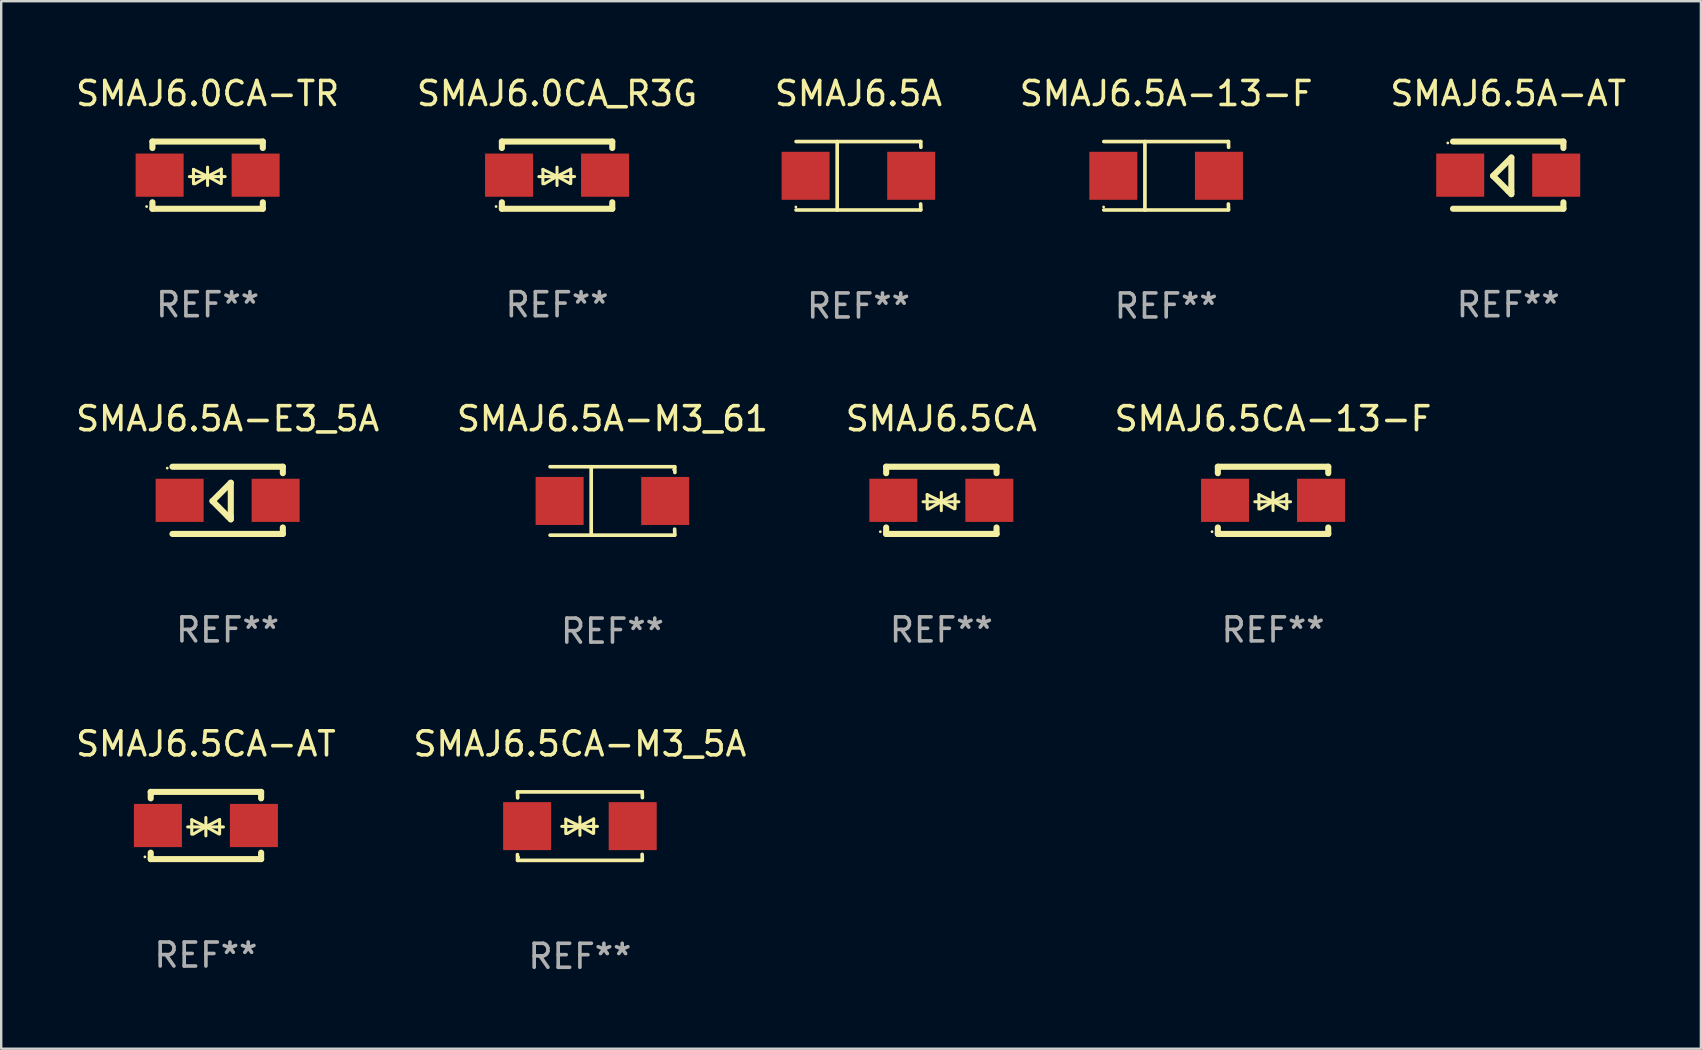
<source format=kicad_pcb>
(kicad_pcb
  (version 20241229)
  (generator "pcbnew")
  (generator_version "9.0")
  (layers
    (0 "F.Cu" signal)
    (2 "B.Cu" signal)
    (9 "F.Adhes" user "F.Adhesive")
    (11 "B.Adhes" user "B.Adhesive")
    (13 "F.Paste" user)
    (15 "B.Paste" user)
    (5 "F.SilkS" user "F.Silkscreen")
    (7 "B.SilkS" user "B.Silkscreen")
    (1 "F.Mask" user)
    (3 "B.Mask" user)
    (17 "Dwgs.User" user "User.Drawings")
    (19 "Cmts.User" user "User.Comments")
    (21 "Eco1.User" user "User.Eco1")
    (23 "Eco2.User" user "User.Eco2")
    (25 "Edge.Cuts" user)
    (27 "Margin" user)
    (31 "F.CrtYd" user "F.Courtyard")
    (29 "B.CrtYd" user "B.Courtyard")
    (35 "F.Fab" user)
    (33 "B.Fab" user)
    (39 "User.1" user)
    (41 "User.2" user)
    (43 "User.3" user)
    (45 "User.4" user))
  (footprint "SMAJ6.5A-AT"
    (layer "F.Cu")
    (at 59.792 4.248)
    (property "Reference" "SMAJ6.5A-AT" (at 0 -3.4 0) (layer "F.SilkS") (effects (font (size 1 1) (thickness 0.15))))
    (attr through_hole)
    (fp_line (start -2.3 -1.4) (end 2.3 -1.4) (stroke (width 0.254) (type solid)) (layer "F.SilkS"))
    (fp_line (start -2.3 1.4) (end 2.3 1.4) (stroke (width 0.254) (type solid)) (layer "F.SilkS"))
    (fp_line (start -0.631 0.03) (end 0.131 -0.732) (stroke (width 0.254) (type solid)) (layer "F.SilkS"))
    (fp_line (start 0.004 0.665) (end -0.631 0.03) (stroke (width 0.254) (type solid)) (layer "F.SilkS"))
    (fp_line (start 0.131 -0.732) (end 0.131 0.665) (stroke (width 0.254) (type solid)) (layer "F.SilkS"))
    (fp_line (start 0.131 0.665) (end 0.131 0.792) (stroke (width 0.254) (type solid)) (layer "F.SilkS"))
    (fp_line (start 0.131 0.792) (end 0.004 0.665) (stroke (width 0.254) (type solid)) (layer "F.SilkS"))
    (fp_line (start 2.3 -1.4) (end 2.3 -1.131) (stroke (width 0.254) (type solid)) (layer "F.SilkS"))
    (fp_line (start 2.3 1.131) (end 2.3 1.4) (stroke (width 0.254) (type solid)) (layer "F.SilkS"))
    (fp_circle (center -2.517 -1.342) (end -2.487 -1.342) (stroke (width 0.06) (type solid)) (fill no) (layer "F.SilkS"))
    (fp_text user "REF**" (at 0 5.4 0) (layer "F.Fab") (effects (font (size 1 1) (thickness 0.15))))
    (pad "1" smd rect (at -2 -0.000127) (size 2 1.8) (layers "F.Cu" "F.Mask" "F.Paste"))
    (pad "2" smd rect (at 2 -0.000127) (size 2 1.8) (layers "F.Cu" "F.Mask" "F.Paste")))
  (footprint "SMAJ6.5A"
    (layer "F.Cu")
    (at 32.72 4.274)
    (property "Reference" "SMAJ6.5A" (at 0 -3.426 0) (layer "F.SilkS") (effects (font (size 1 1) (thickness 0.15))))
    (attr through_hole)
    (fp_line (start -2.6 -1.426) (end 2.593 -1.426) (stroke (width 0.152) (type solid)) (layer "F.SilkS"))
    (fp_line (start -2.6 1.426) (end 2.593 1.426) (stroke (width 0.152) (type solid)) (layer "F.SilkS"))
    (fp_line (start -0.887 -1.426) (end -0.887 1.426) (stroke (width 0.152) (type solid)) (layer "F.SilkS"))
    (fp_line (start 2.59 1.176) (end 2.597 1.415) (stroke (width 0.152) (type solid)) (layer "F.SilkS"))
    (fp_line (start 2.593 -1.426) (end 2.6 -1.187) (stroke (width 0.152) (type solid)) (layer "F.SilkS"))
    (fp_circle (center -2.608 1.3) (end -2.578 1.3) (stroke (width 0.06) (type solid)) (fill no) (layer "F.SilkS"))
    (fp_text user "REF**" (at 0 5.426 0) (layer "F.Fab") (effects (font (size 1 1) (thickness 0.15))))
    (pad "1" smd rect (at -2.203 0 180) (size 2 2) (layers "F.Cu" "F.Mask" "F.Paste"))
    (pad "2" smd rect (at 2.197 0 180) (size 2 2) (layers "F.Cu" "F.Mask" "F.Paste")))
  (footprint "SMAJ6.5A-E3_5A"
    (layer "F.Cu")
    (at 6.435 17.797)
    (property "Reference" "SMAJ6.5A-E3_5A" (at 0 -3.4 0) (layer "F.SilkS") (effects (font (size 1 1) (thickness 0.15))))
    (attr through_hole)
    (fp_line (start -2.3 -1.4) (end 2.3 -1.4) (stroke (width 0.254) (type solid)) (layer "F.SilkS"))
    (fp_line (start -2.3 1.4) (end 2.3 1.4) (stroke (width 0.254) (type solid)) (layer "F.SilkS"))
    (fp_line (start -0.631 0.03) (end 0.131 -0.732) (stroke (width 0.254) (type solid)) (layer "F.SilkS"))
    (fp_line (start 0.004 0.665) (end -0.631 0.03) (stroke (width 0.254) (type solid)) (layer "F.SilkS"))
    (fp_line (start 0.131 -0.732) (end 0.131 0.665) (stroke (width 0.254) (type solid)) (layer "F.SilkS"))
    (fp_line (start 0.131 0.665) (end 0.131 0.792) (stroke (width 0.254) (type solid)) (layer "F.SilkS"))
    (fp_line (start 0.131 0.792) (end 0.004 0.665) (stroke (width 0.254) (type solid)) (layer "F.SilkS"))
    (fp_line (start 2.3 -1.4) (end 2.3 -1.131) (stroke (width 0.254) (type solid)) (layer "F.SilkS"))
    (fp_line (start 2.3 1.131) (end 2.3 1.4) (stroke (width 0.254) (type solid)) (layer "F.SilkS"))
    (fp_circle (center -2.517 -1.342) (end -2.487 -1.342) (stroke (width 0.06) (type solid)) (fill no) (layer "F.SilkS"))
    (fp_text user "REF**" (at 0 5.4 0) (layer "F.Fab") (effects (font (size 1 1) (thickness 0.15))))
    (pad "1" smd rect (at -2 -0.000127) (size 2 1.8) (layers "F.Cu" "F.Mask" "F.Paste"))
    (pad "2" smd rect (at 2 -0.000127) (size 2 1.8) (layers "F.Cu" "F.Mask" "F.Paste")))
  (footprint "SMAJ6.0CA_R3G"
    (layer "F.Cu")
    (at 20.161 4.248)
    (property "Reference" "SMAJ6.0CA_R3G" (at 0 -3.4 0) (layer "F.SilkS") (effects (font (size 1 1) (thickness 0.15))))
    (attr through_hole)
    (fp_line (start -2.3 -1.4) (end -2.3 -1.131) (stroke (width 0.254) (type solid)) (layer "F.SilkS"))
    (fp_line (start -2.3 -1.4) (end 2.3 -1.4) (stroke (width 0.254) (type solid)) (layer "F.SilkS"))
    (fp_line (start -2.3 1.131) (end -2.3 1.4) (stroke (width 0.254) (type solid)) (layer "F.SilkS"))
    (fp_line (start -2.3 1.4) (end 2.3 1.4) (stroke (width 0.254) (type solid)) (layer "F.SilkS"))
    (fp_line (start -0.76 0.06) (end 0.73 0.06) (stroke (width 0.127) (type solid)) (layer "F.SilkS"))
    (fp_line (start -0.59 -0.24) (end -0.59 0.36) (stroke (width 0.127) (type solid)) (layer "F.SilkS"))
    (fp_line (start -0.59 -0.24) (end -0.002 0.049) (stroke (width 0.127) (type solid)) (layer "F.SilkS"))
    (fp_line (start -0.53 0.36) (end -0.002 0.049) (stroke (width 0.127) (type solid)) (layer "F.SilkS"))
    (fp_line (start -0.002 0.049) (end -0.002 -0.332) (stroke (width 0.127) (type solid)) (layer "F.SilkS"))
    (fp_line (start -0.002 0.049) (end -0.002 0.43) (stroke (width 0.127) (type solid)) (layer "F.SilkS"))
    (fp_line (start 0.54 0.35) (end -0.002 0.049) (stroke (width 0.127) (type solid)) (layer "F.SilkS"))
    (fp_line (start 0.57 -0.25) (end -0.002 0.049) (stroke (width 0.127) (type solid)) (layer "F.SilkS"))
    (fp_line (start 0.57 -0.25) (end 0.57 0.35) (stroke (width 0.127) (type solid)) (layer "F.SilkS"))
    (fp_line (start 2.3 -1.4) (end 2.3 -1.131) (stroke (width 0.254) (type solid)) (layer "F.SilkS"))
    (fp_line (start 2.3 1.131) (end 2.3 1.4) (stroke (width 0.254) (type solid)) (layer "F.SilkS"))
    (fp_circle (center -2.542 1.308) (end -2.512 1.308) (stroke (width 0.06) (type solid)) (fill no) (layer "F.SilkS"))
    (fp_text user "REF**" (at 0 5.4 0) (layer "F.Fab") (effects (font (size 1 1) (thickness 0.15))))
    (pad "1" smd rect (at -2 0) (size 2 1.8) (layers "F.Cu" "F.Mask" "F.Paste"))
    (pad "2" smd rect (at 2 0) (size 2 1.8) (layers "F.Cu" "F.Mask" "F.Paste")))
  (footprint "SMAJ6.5CA-AT"
    (layer "F.Cu")
    (at 5.53 31.346)
    (property "Reference" "SMAJ6.5CA-AT" (at 0 -3.4 0) (layer "F.SilkS") (effects (font (size 1 1) (thickness 0.15))))
    (attr through_hole)
    (fp_line (start -2.3 -1.4) (end -2.3 -1.131) (stroke (width 0.254) (type solid)) (layer "F.SilkS"))
    (fp_line (start -2.3 -1.4) (end 2.3 -1.4) (stroke (width 0.254) (type solid)) (layer "F.SilkS"))
    (fp_line (start -2.3 1.131) (end -2.3 1.4) (stroke (width 0.254) (type solid)) (layer "F.SilkS"))
    (fp_line (start -2.3 1.4) (end 2.3 1.4) (stroke (width 0.254) (type solid)) (layer "F.SilkS"))
    (fp_line (start -0.76 0.06) (end 0.73 0.06) (stroke (width 0.127) (type solid)) (layer "F.SilkS"))
    (fp_line (start -0.59 -0.24) (end -0.59 0.36) (stroke (width 0.127) (type solid)) (layer "F.SilkS"))
    (fp_line (start -0.59 -0.24) (end -0.002 0.049) (stroke (width 0.127) (type solid)) (layer "F.SilkS"))
    (fp_line (start -0.53 0.36) (end -0.002 0.049) (stroke (width 0.127) (type solid)) (layer "F.SilkS"))
    (fp_line (start -0.002 0.049) (end -0.002 -0.332) (stroke (width 0.127) (type solid)) (layer "F.SilkS"))
    (fp_line (start -0.002 0.049) (end -0.002 0.43) (stroke (width 0.127) (type solid)) (layer "F.SilkS"))
    (fp_line (start 0.54 0.35) (end -0.002 0.049) (stroke (width 0.127) (type solid)) (layer "F.SilkS"))
    (fp_line (start 0.57 -0.25) (end -0.002 0.049) (stroke (width 0.127) (type solid)) (layer "F.SilkS"))
    (fp_line (start 0.57 -0.25) (end 0.57 0.35) (stroke (width 0.127) (type solid)) (layer "F.SilkS"))
    (fp_line (start 2.3 -1.4) (end 2.3 -1.131) (stroke (width 0.254) (type solid)) (layer "F.SilkS"))
    (fp_line (start 2.3 1.131) (end 2.3 1.4) (stroke (width 0.254) (type solid)) (layer "F.SilkS"))
    (fp_circle (center -2.542 1.308) (end -2.512 1.308) (stroke (width 0.06) (type solid)) (fill no) (layer "F.SilkS"))
    (fp_text user "REF**" (at 0 5.4 0) (layer "F.Fab") (effects (font (size 1 1) (thickness 0.15))))
    (pad "1" smd rect (at -2 0) (size 2 1.8) (layers "F.Cu" "F.Mask" "F.Paste"))
    (pad "2" smd rect (at 2 0) (size 2 1.8) (layers "F.Cu" "F.Mask" "F.Paste")))
  (footprint "SMAJ6.5CA-M3_5A"
    (layer "F.Cu")
    (at 21.113 31.372)
    (property "Reference" "SMAJ6.5CA-M3_5A" (at 0 -3.426 0) (layer "F.SilkS") (effects (font (size 1 1) (thickness 0.15))))
    (attr through_hole)
    (fp_line (start -2.596 -1.426) (end 2.596 -1.426) (stroke (width 0.152) (type solid)) (layer "F.SilkS"))
    (fp_line (start -2.596 1.426) (end -2.603 1.187) (stroke (width 0.152) (type solid)) (layer "F.SilkS"))
    (fp_line (start -2.596 1.426) (end 2.596 1.426) (stroke (width 0.152) (type solid)) (layer "F.SilkS"))
    (fp_line (start -2.593 -1.176) (end -2.6 -1.415) (stroke (width 0.152) (type solid)) (layer "F.SilkS"))
    (fp_line (start -0.758 0.011) (end 0.732 0.011) (stroke (width 0.127) (type solid)) (layer "F.SilkS"))
    (fp_line (start -0.588 -0.289) (end -0.588 0.311) (stroke (width 0.127) (type solid)) (layer "F.SilkS"))
    (fp_line (start -0.588 -0.289) (end 0 0) (stroke (width 0.127) (type solid)) (layer "F.SilkS"))
    (fp_line (start -0.528 0.311) (end 0 0) (stroke (width 0.127) (type solid)) (layer "F.SilkS"))
    (fp_line (start 0 0) (end 0 -0.381) (stroke (width 0.127) (type solid)) (layer "F.SilkS"))
    (fp_line (start 0 0) (end 0 0.381) (stroke (width 0.127) (type solid)) (layer "F.SilkS"))
    (fp_line (start 0.542 0.301) (end 0 0) (stroke (width 0.127) (type solid)) (layer "F.SilkS"))
    (fp_line (start 0.572 -0.299) (end 0 0) (stroke (width 0.127) (type solid)) (layer "F.SilkS"))
    (fp_line (start 0.572 -0.299) (end 0.572 0.301) (stroke (width 0.127) (type solid)) (layer "F.SilkS"))
    (fp_line (start 2.593 1.176) (end 2.6 1.415) (stroke (width 0.152) (type solid)) (layer "F.SilkS"))
    (fp_line (start 2.596 -1.426) (end 2.603 -1.187) (stroke (width 0.152) (type solid)) (layer "F.SilkS"))
    (fp_circle (center -2.55 1.3) (end -2.52 1.3) (stroke (width 0.06) (type solid)) (fill no) (layer "F.SilkS"))
    (fp_text user "REF**" (at 0 5.426 0) (layer "F.Fab") (effects (font (size 1 1) (thickness 0.15))))
    (pad "1" smd rect (at -2.2 0 180) (size 2 2) (layers "F.Cu" "F.Mask" "F.Paste"))
    (pad "2" smd rect (at 2.2 0 180) (size 2 2) (layers "F.Cu" "F.Mask" "F.Paste")))
  (footprint "SMAJ6.5CA-13-F"
    (layer "F.Cu")
    (at 49.994 17.797)
    (property "Reference" "SMAJ6.5CA-13-F" (at 0 -3.4 0) (layer "F.SilkS") (effects (font (size 1 1) (thickness 0.15))))
    (attr through_hole)
    (fp_line (start -2.3 -1.4) (end -2.3 -1.131) (stroke (width 0.254) (type solid)) (layer "F.SilkS"))
    (fp_line (start -2.3 -1.4) (end 2.3 -1.4) (stroke (width 0.254) (type solid)) (layer "F.SilkS"))
    (fp_line (start -2.3 1.131) (end -2.3 1.4) (stroke (width 0.254) (type solid)) (layer "F.SilkS"))
    (fp_line (start -2.3 1.4) (end 2.3 1.4) (stroke (width 0.254) (type solid)) (layer "F.SilkS"))
    (fp_line (start -0.76 0.06) (end 0.73 0.06) (stroke (width 0.127) (type solid)) (layer "F.SilkS"))
    (fp_line (start -0.59 -0.24) (end -0.59 0.36) (stroke (width 0.127) (type solid)) (layer "F.SilkS"))
    (fp_line (start -0.59 -0.24) (end -0.002 0.049) (stroke (width 0.127) (type solid)) (layer "F.SilkS"))
    (fp_line (start -0.53 0.36) (end -0.002 0.049) (stroke (width 0.127) (type solid)) (layer "F.SilkS"))
    (fp_line (start -0.002 0.049) (end -0.002 -0.332) (stroke (width 0.127) (type solid)) (layer "F.SilkS"))
    (fp_line (start -0.002 0.049) (end -0.002 0.43) (stroke (width 0.127) (type solid)) (layer "F.SilkS"))
    (fp_line (start 0.54 0.35) (end -0.002 0.049) (stroke (width 0.127) (type solid)) (layer "F.SilkS"))
    (fp_line (start 0.57 -0.25) (end -0.002 0.049) (stroke (width 0.127) (type solid)) (layer "F.SilkS"))
    (fp_line (start 0.57 -0.25) (end 0.57 0.35) (stroke (width 0.127) (type solid)) (layer "F.SilkS"))
    (fp_line (start 2.3 -1.4) (end 2.3 -1.131) (stroke (width 0.254) (type solid)) (layer "F.SilkS"))
    (fp_line (start 2.3 1.131) (end 2.3 1.4) (stroke (width 0.254) (type solid)) (layer "F.SilkS"))
    (fp_circle (center -2.542 1.308) (end -2.512 1.308) (stroke (width 0.06) (type solid)) (fill no) (layer "F.SilkS"))
    (fp_text user "REF**" (at 0 5.4 0) (layer "F.Fab") (effects (font (size 1 1) (thickness 0.15))))
    (pad "1" smd rect (at -2 0) (size 2 1.8) (layers "F.Cu" "F.Mask" "F.Paste"))
    (pad "2" smd rect (at 2 0) (size 2 1.8) (layers "F.Cu" "F.Mask" "F.Paste")))
  (footprint "SMAJ6.5CA"
    (layer "F.Cu")
    (at 36.173 17.797)
    (property "Reference" "SMAJ6.5CA" (at 0 -3.4 0) (layer "F.SilkS") (effects (font (size 1 1) (thickness 0.15))))
    (attr through_hole)
    (fp_line (start -2.3 -1.4) (end -2.3 -1.131) (stroke (width 0.254) (type solid)) (layer "F.SilkS"))
    (fp_line (start -2.3 -1.4) (end 2.3 -1.4) (stroke (width 0.254) (type solid)) (layer "F.SilkS"))
    (fp_line (start -2.3 1.131) (end -2.3 1.4) (stroke (width 0.254) (type solid)) (layer "F.SilkS"))
    (fp_line (start -2.3 1.4) (end 2.3 1.4) (stroke (width 0.254) (type solid)) (layer "F.SilkS"))
    (fp_line (start -0.76 0.06) (end 0.73 0.06) (stroke (width 0.127) (type solid)) (layer "F.SilkS"))
    (fp_line (start -0.59 -0.24) (end -0.59 0.36) (stroke (width 0.127) (type solid)) (layer "F.SilkS"))
    (fp_line (start -0.59 -0.24) (end -0.002 0.049) (stroke (width 0.127) (type solid)) (layer "F.SilkS"))
    (fp_line (start -0.53 0.36) (end -0.002 0.049) (stroke (width 0.127) (type solid)) (layer "F.SilkS"))
    (fp_line (start -0.002 0.049) (end -0.002 -0.332) (stroke (width 0.127) (type solid)) (layer "F.SilkS"))
    (fp_line (start -0.002 0.049) (end -0.002 0.43) (stroke (width 0.127) (type solid)) (layer "F.SilkS"))
    (fp_line (start 0.54 0.35) (end -0.002 0.049) (stroke (width 0.127) (type solid)) (layer "F.SilkS"))
    (fp_line (start 0.57 -0.25) (end -0.002 0.049) (stroke (width 0.127) (type solid)) (layer "F.SilkS"))
    (fp_line (start 0.57 -0.25) (end 0.57 0.35) (stroke (width 0.127) (type solid)) (layer "F.SilkS"))
    (fp_line (start 2.3 -1.4) (end 2.3 -1.131) (stroke (width 0.254) (type solid)) (layer "F.SilkS"))
    (fp_line (start 2.3 1.131) (end 2.3 1.4) (stroke (width 0.254) (type solid)) (layer "F.SilkS"))
    (fp_circle (center -2.542 1.308) (end -2.512 1.308) (stroke (width 0.06) (type solid)) (fill no) (layer "F.SilkS"))
    (fp_text user "REF**" (at 0 5.4 0) (layer "F.Fab") (effects (font (size 1 1) (thickness 0.15))))
    (pad "1" smd rect (at -2 0) (size 2 1.8) (layers "F.Cu" "F.Mask" "F.Paste"))
    (pad "2" smd rect (at 2 0) (size 2 1.8) (layers "F.Cu" "F.Mask" "F.Paste")))
  (footprint "SMAJ6.5A-M3_61"
    (layer "F.Cu")
    (at 22.47 17.823)
    (property "Reference" "SMAJ6.5A-M3_61" (at 0 -3.426 0) (layer "F.SilkS") (effects (font (size 1 1) (thickness 0.15))))
    (attr through_hole)
    (fp_line (start -2.6 -1.426) (end 2.593 -1.426) (stroke (width 0.152) (type solid)) (layer "F.SilkS"))
    (fp_line (start -2.6 1.426) (end 2.593 1.426) (stroke (width 0.152) (type solid)) (layer "F.SilkS"))
    (fp_line (start -0.887 -1.426) (end -0.887 1.426) (stroke (width 0.152) (type solid)) (layer "F.SilkS"))
    (fp_line (start 2.59 1.176) (end 2.597 1.415) (stroke (width 0.152) (type solid)) (layer "F.SilkS"))
    (fp_line (start 2.593 -1.426) (end 2.6 -1.187) (stroke (width 0.152) (type solid)) (layer "F.SilkS"))
    (fp_circle (center 2.547 -1.3) (end 2.577 -1.3) (stroke (width 0.06) (type solid)) (fill no) (layer "F.SilkS"))
    (fp_text user "REF**" (at 0 5.426 0) (layer "F.Fab") (effects (font (size 1 1) (thickness 0.15))))
    (pad "1" smd rect (at 2.197 -0.000025 180) (size 2 2) (layers "F.Cu" "F.Mask" "F.Paste"))
    (pad "2" smd rect (at -2.203 -0.000025 180) (size 2 2) (layers "F.Cu" "F.Mask" "F.Paste")))
  (footprint "SMAJ6.5A-13-F"
    (layer "F.Cu")
    (at 45.542 4.274)
    (property "Reference" "SMAJ6.5A-13-F" (at 0 -3.426 0) (layer "F.SilkS") (effects (font (size 1 1) (thickness 0.15))))
    (attr through_hole)
    (fp_line (start -2.6 -1.426) (end 2.593 -1.426) (stroke (width 0.152) (type solid)) (layer "F.SilkS"))
    (fp_line (start -2.6 1.426) (end 2.593 1.426) (stroke (width 0.152) (type solid)) (layer "F.SilkS"))
    (fp_line (start -0.887 -1.426) (end -0.887 1.426) (stroke (width 0.152) (type solid)) (layer "F.SilkS"))
    (fp_line (start 2.59 1.176) (end 2.597 1.415) (stroke (width 0.152) (type solid)) (layer "F.SilkS"))
    (fp_line (start 2.593 -1.426) (end 2.6 -1.187) (stroke (width 0.152) (type solid)) (layer "F.SilkS"))
    (fp_circle (center -2.608 1.3) (end -2.578 1.3) (stroke (width 0.06) (type solid)) (fill no) (layer "F.SilkS"))
    (fp_text user "REF**" (at 0 5.426 0) (layer "F.Fab") (effects (font (size 1 1) (thickness 0.15))))
    (pad "1" smd rect (at -2.203 0 180) (size 2 2) (layers "F.Cu" "F.Mask" "F.Paste"))
    (pad "2" smd rect (at 2.197 0 180) (size 2 2) (layers "F.Cu" "F.Mask" "F.Paste")))
  (footprint "SMAJ6.0CA-TR"
    (layer "F.Cu")
    (at 5.601 4.248)
    (property "Reference" "SMAJ6.0CA-TR" (at 0 -3.4 0) (layer "F.SilkS") (effects (font (size 1 1) (thickness 0.15))))
    (attr through_hole)
    (fp_line (start -2.3 -1.4) (end -2.3 -1.131) (stroke (width 0.254) (type solid)) (layer "F.SilkS"))
    (fp_line (start -2.3 -1.4) (end 2.3 -1.4) (stroke (width 0.254) (type solid)) (layer "F.SilkS"))
    (fp_line (start -2.3 1.131) (end -2.3 1.4) (stroke (width 0.254) (type solid)) (layer "F.SilkS"))
    (fp_line (start -2.3 1.4) (end 2.3 1.4) (stroke (width 0.254) (type solid)) (layer "F.SilkS"))
    (fp_line (start -0.76 0.06) (end 0.73 0.06) (stroke (width 0.127) (type solid)) (layer "F.SilkS"))
    (fp_line (start -0.59 -0.24) (end -0.59 0.36) (stroke (width 0.127) (type solid)) (layer "F.SilkS"))
    (fp_line (start -0.59 -0.24) (end -0.002 0.049) (stroke (width 0.127) (type solid)) (layer "F.SilkS"))
    (fp_line (start -0.53 0.36) (end -0.002 0.049) (stroke (width 0.127) (type solid)) (layer "F.SilkS"))
    (fp_line (start -0.002 0.049) (end -0.002 -0.332) (stroke (width 0.127) (type solid)) (layer "F.SilkS"))
    (fp_line (start -0.002 0.049) (end -0.002 0.43) (stroke (width 0.127) (type solid)) (layer "F.SilkS"))
    (fp_line (start 0.54 0.35) (end -0.002 0.049) (stroke (width 0.127) (type solid)) (layer "F.SilkS"))
    (fp_line (start 0.57 -0.25) (end -0.002 0.049) (stroke (width 0.127) (type solid)) (layer "F.SilkS"))
    (fp_line (start 0.57 -0.25) (end 0.57 0.35) (stroke (width 0.127) (type solid)) (layer "F.SilkS"))
    (fp_line (start 2.3 -1.4) (end 2.3 -1.131) (stroke (width 0.254) (type solid)) (layer "F.SilkS"))
    (fp_line (start 2.3 1.131) (end 2.3 1.4) (stroke (width 0.254) (type solid)) (layer "F.SilkS"))
    (fp_circle (center -2.542 1.308) (end -2.512 1.308) (stroke (width 0.06) (type solid)) (fill no) (layer "F.SilkS"))
    (fp_text user "REF**" (at 0 5.4 0) (layer "F.Fab") (effects (font (size 1 1) (thickness 0.15))))
    (pad "1" smd rect (at -2 0) (size 2 1.8) (layers "F.Cu" "F.Mask" "F.Paste"))
    (pad "2" smd rect (at 2 0) (size 2 1.8) (layers "F.Cu" "F.Mask" "F.Paste")))
  (gr_rect
    (start -3 -3)
    (end 67.821 40.647)
    (stroke (width 0.1) (type default))
    (fill no)
    (layer "Edge.Cuts")))
</source>
